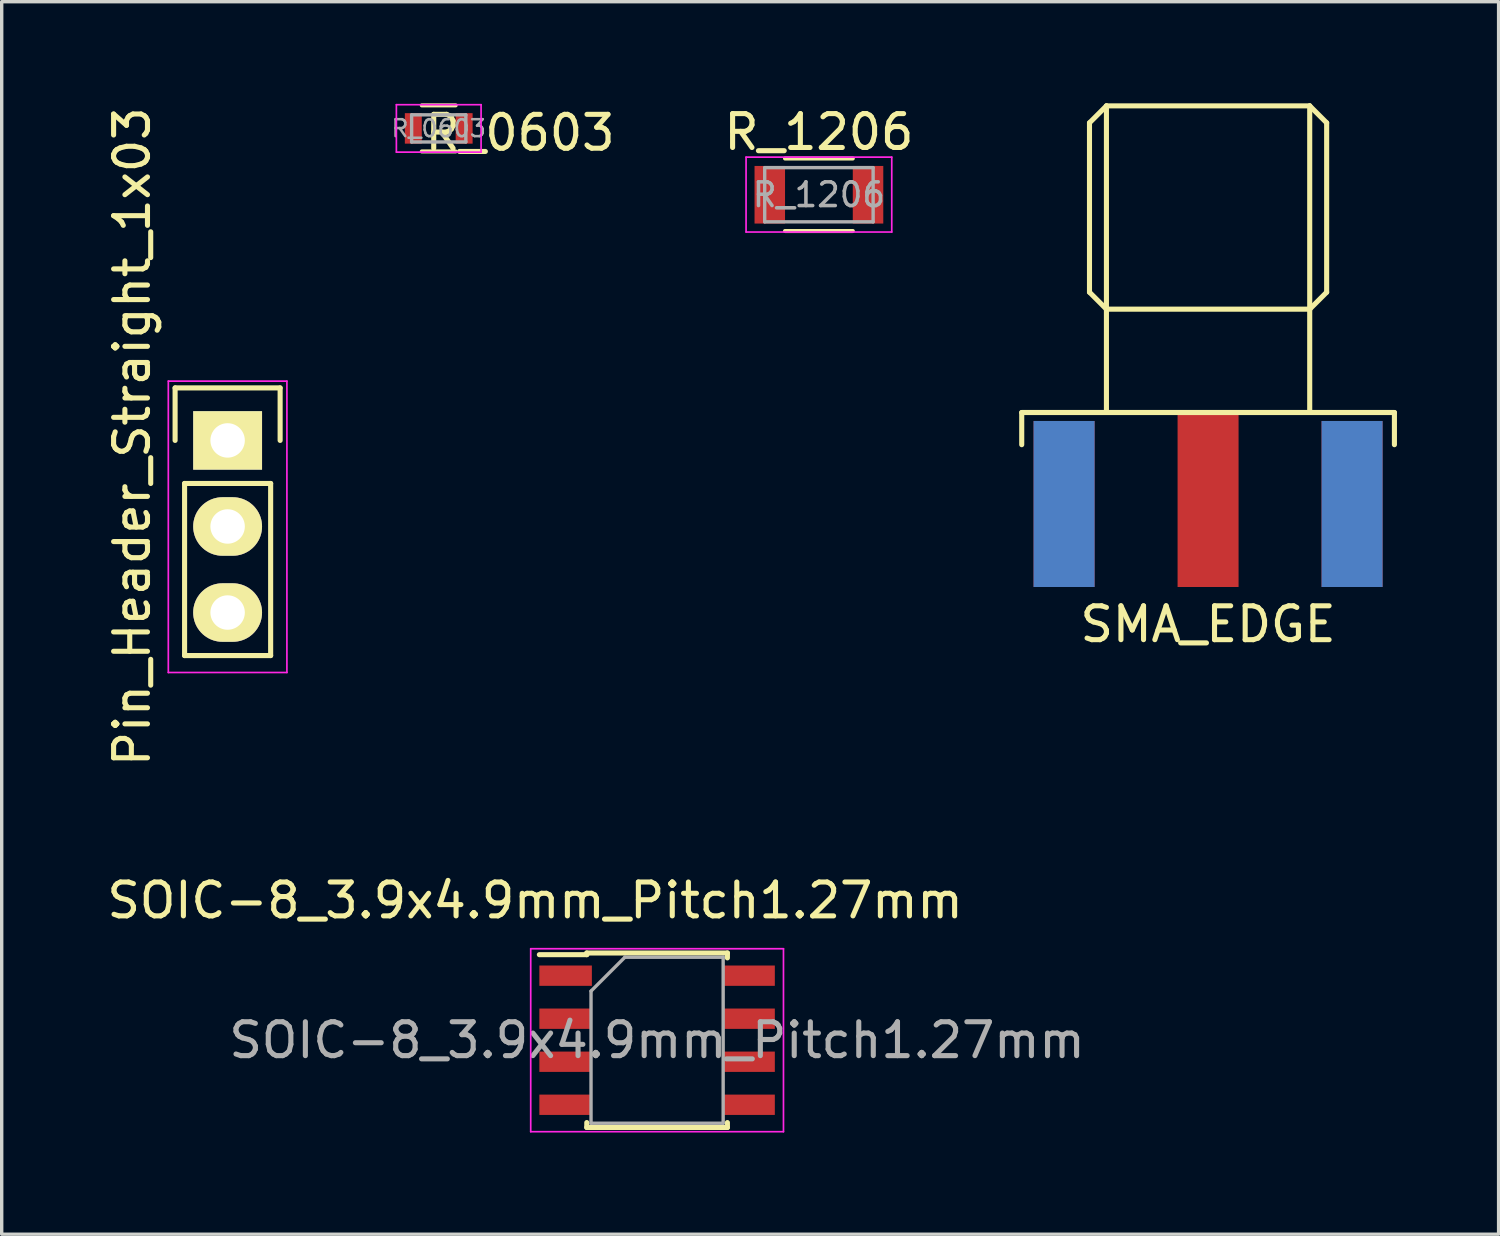
<source format=kicad_pcb>
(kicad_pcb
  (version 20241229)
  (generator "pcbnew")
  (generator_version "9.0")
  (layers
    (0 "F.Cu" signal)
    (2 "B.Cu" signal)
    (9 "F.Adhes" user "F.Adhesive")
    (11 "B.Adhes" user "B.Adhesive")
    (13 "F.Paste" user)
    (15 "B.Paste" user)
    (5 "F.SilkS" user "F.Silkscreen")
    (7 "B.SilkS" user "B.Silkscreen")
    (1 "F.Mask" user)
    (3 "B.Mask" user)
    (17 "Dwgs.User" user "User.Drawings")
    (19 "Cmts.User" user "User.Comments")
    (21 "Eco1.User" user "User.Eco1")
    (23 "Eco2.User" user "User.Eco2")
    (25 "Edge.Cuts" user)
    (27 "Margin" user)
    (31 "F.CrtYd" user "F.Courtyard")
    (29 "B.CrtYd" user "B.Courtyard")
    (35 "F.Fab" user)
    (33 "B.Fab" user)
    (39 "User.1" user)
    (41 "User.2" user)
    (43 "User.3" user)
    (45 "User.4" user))
  (footprint "Pin_Header_Straight_1x03"
    (layer "F.Cu")
    (at 3.668 9.949)
    (property "Reference" "Pin_Header_Straight_1x03" (at -2.82 -0.11 90) (layer "F.SilkS") (effects (font (size 1 1) (thickness 0.15))))
    (attr through_hole)
    (fp_line (start -1.55 -1.55) (end 1.55 -1.55) (stroke (width 0.15) (type solid)) (layer "F.SilkS"))
    (fp_line (start -1.55 0) (end -1.55 -1.55) (stroke (width 0.15) (type solid)) (layer "F.SilkS"))
    (fp_line (start -1.27 1.27) (end -1.27 6.35) (stroke (width 0.15) (type solid)) (layer "F.SilkS"))
    (fp_line (start -1.27 6.35) (end 1.27 6.35) (stroke (width 0.15) (type solid)) (layer "F.SilkS"))
    (fp_line (start 1.27 1.27) (end -1.27 1.27) (stroke (width 0.15) (type solid)) (layer "F.SilkS"))
    (fp_line (start 1.27 6.35) (end 1.27 1.27) (stroke (width 0.15) (type solid)) (layer "F.SilkS"))
    (fp_line (start 1.55 -1.55) (end 1.55 0) (stroke (width 0.15) (type solid)) (layer "F.SilkS"))
    (fp_line (start -1.75 -1.75) (end -1.75 6.85) (stroke (width 0.05) (type solid)) (layer "F.CrtYd"))
    (fp_line (start -1.75 -1.75) (end 1.75 -1.75) (stroke (width 0.05) (type solid)) (layer "F.CrtYd"))
    (fp_line (start -1.75 6.85) (end 1.75 6.85) (stroke (width 0.05) (type solid)) (layer "F.CrtYd"))
    (fp_line (start 1.75 -1.75) (end 1.75 6.85) (stroke (width 0.05) (type solid)) (layer "F.CrtYd"))
    (pad "1" thru_hole rect (at 0 0) (size 2.032 1.727) (drill 1.016) (layers "*.Cu" "*.Mask" "F.SilkS"))
    (pad "2" thru_hole oval (at 0 2.54) (size 2.032 1.727) (drill 1.016) (layers "*.Cu" "*.Mask" "F.SilkS"))
    (pad "3" thru_hole oval (at 0 5.08) (size 2.032 1.727) (drill 1.016) (layers "*.Cu" "*.Mask" "F.SilkS")))
  (footprint "R_1206"
    (layer "F.Cu")
    (at 21.12 2.698)
    (property "Reference" "R_1206" (at 0 -1.85 0) (layer "F.SilkS") (effects (font (size 1 1) (thickness 0.15))))
    (attr smd)
    (fp_line (start -1 -1.07) (end 1 -1.07) (stroke (width 0.12) (type solid)) (layer "F.SilkS"))
    (fp_line (start 1 1.07) (end -1 1.07) (stroke (width 0.12) (type solid)) (layer "F.SilkS"))
    (fp_line (start -2.15 -1.11) (end -2.15 1.1) (stroke (width 0.05) (type solid)) (layer "F.CrtYd"))
    (fp_line (start -2.15 -1.11) (end 2.15 -1.11) (stroke (width 0.05) (type solid)) (layer "F.CrtYd"))
    (fp_line (start 2.15 1.1) (end -2.15 1.1) (stroke (width 0.05) (type solid)) (layer "F.CrtYd"))
    (fp_line (start 2.15 1.1) (end 2.15 -1.11) (stroke (width 0.05) (type solid)) (layer "F.CrtYd"))
    (fp_line (start -1.6 -0.8) (end 1.6 -0.8) (stroke (width 0.1) (type solid)) (layer "F.Fab"))
    (fp_line (start -1.6 0.8) (end -1.6 -0.8) (stroke (width 0.1) (type solid)) (layer "F.Fab"))
    (fp_line (start 1.6 -0.8) (end 1.6 0.8) (stroke (width 0.1) (type solid)) (layer "F.Fab"))
    (fp_line (start 1.6 0.8) (end -1.6 0.8) (stroke (width 0.1) (type solid)) (layer "F.Fab"))
    (fp_text user "${REFERENCE}" (at 0 0 0) (layer "F.Fab") (effects (font (size 0.7 0.7) (thickness 0.105))))
    (pad "1" smd rect (at -1.45 0) (size 0.9 1.7) (layers "F.Cu" "F.Mask" "F.Paste"))
    (pad "2" smd rect (at 1.45 0) (size 0.9 1.7) (layers "F.Cu" "F.Mask" "F.Paste")))
  (footprint "SMA_EDGE"
    (layer "F.Cu")
    (at 32.606 11.675)
    (property "Reference" "SMA_EDGE" (at 0 3.7 0) (layer "F.SilkS") (effects (font (size 1 1) (thickness 0.15))))
    (attr through_hole)
    (fp_line (start -5.5 -2.55) (end 5.5 -2.55) (stroke (width 0.15) (type solid)) (layer "F.SilkS"))
    (fp_line (start -5.5 -1.6) (end -5.5 -2.55) (stroke (width 0.15) (type solid)) (layer "F.SilkS"))
    (fp_line (start -3.5 -11.1) (end -3.5 -6.1) (stroke (width 0.15) (type solid)) (layer "F.SilkS"))
    (fp_line (start -3.5 -6.1) (end -3 -5.6) (stroke (width 0.15) (type solid)) (layer "F.SilkS"))
    (fp_line (start -3 -11.6) (end -3.5 -11.1) (stroke (width 0.15) (type solid)) (layer "F.SilkS"))
    (fp_line (start -3 -11.6) (end 3 -11.6) (stroke (width 0.15) (type solid)) (layer "F.SilkS"))
    (fp_line (start -3 -5.6) (end 3 -5.6) (stroke (width 0.15) (type solid)) (layer "F.SilkS"))
    (fp_line (start -3 -2.6) (end -3 -11.6) (stroke (width 0.15) (type solid)) (layer "F.SilkS"))
    (fp_line (start 3 -11.6) (end 3 -2.6) (stroke (width 0.15) (type solid)) (layer "F.SilkS"))
    (fp_line (start 3 -5.6) (end 3.5 -6.1) (stroke (width 0.15) (type solid)) (layer "F.SilkS"))
    (fp_line (start 3.5 -11.1) (end 3 -11.6) (stroke (width 0.15) (type solid)) (layer "F.SilkS"))
    (fp_line (start 3.5 -6.1) (end 3.5 -11.1) (stroke (width 0.15) (type solid)) (layer "F.SilkS"))
    (fp_line (start 5.5 -2.55) (end 5.5 -1.6) (stroke (width 0.15) (type solid)) (layer "F.SilkS"))
    (pad "1" smd rect (at 0 0) (size 1.8 5.2) (layers "F.Cu" "F.Mask" "F.Paste"))
    (pad "2" smd rect (at -4.25 0.15) (size 1.8 4.9) (layers "F.Cu" "F.Mask" "F.Paste"))
    (pad "3" smd rect (at 4.25 0.15) (size 1.8 4.9) (layers "F.Cu" "F.Mask" "F.Paste"))
    (pad "4" smd rect (at -4.25 0.15) (size 1.8 4.9) (layers "B.Cu" "B.Mask" "B.Paste"))
    (pad "5" smd rect (at 4.25 0.15) (size 1.8 4.9) (layers "B.Cu" "B.Mask" "B.Paste")))
  (footprint "SOIC-8_3.9x4.9mm_Pitch1.27mm"
    (layer "F.Cu")
    (at 16.344 27.652)
    (property "Reference" "SOIC-8_3.9x4.9mm_Pitch1.27mm" (at -3.6 -4.125 0) (layer "F.SilkS") (effects (font (size 1 1) (thickness 0.15))))
    (attr smd)
    (fp_line (start -2.075 -2.575) (end -2.075 -2.525) (stroke (width 0.15) (type solid)) (layer "F.SilkS"))
    (fp_line (start -2.075 -2.575) (end 2.075 -2.575) (stroke (width 0.15) (type solid)) (layer "F.SilkS"))
    (fp_line (start -2.075 -2.525) (end -3.475 -2.525) (stroke (width 0.15) (type solid)) (layer "F.SilkS"))
    (fp_line (start -2.075 2.575) (end -2.075 2.43) (stroke (width 0.15) (type solid)) (layer "F.SilkS"))
    (fp_line (start -2.075 2.575) (end 2.075 2.575) (stroke (width 0.15) (type solid)) (layer "F.SilkS"))
    (fp_line (start 2.075 -2.575) (end 2.075 -2.43) (stroke (width 0.15) (type solid)) (layer "F.SilkS"))
    (fp_line (start 2.075 2.575) (end 2.075 2.43) (stroke (width 0.15) (type solid)) (layer "F.SilkS"))
    (fp_line (start -3.73 -2.7) (end -3.73 2.7) (stroke (width 0.05) (type solid)) (layer "F.CrtYd"))
    (fp_line (start -3.73 -2.7) (end 3.73 -2.7) (stroke (width 0.05) (type solid)) (layer "F.CrtYd"))
    (fp_line (start -3.73 2.7) (end 3.73 2.7) (stroke (width 0.05) (type solid)) (layer "F.CrtYd"))
    (fp_line (start 3.73 -2.7) (end 3.73 2.7) (stroke (width 0.05) (type solid)) (layer "F.CrtYd"))
    (fp_line (start -1.95 -1.45) (end -0.95 -2.45) (stroke (width 0.1) (type solid)) (layer "F.Fab"))
    (fp_line (start -1.95 2.45) (end -1.95 -1.45) (stroke (width 0.1) (type solid)) (layer "F.Fab"))
    (fp_line (start -0.95 -2.45) (end 1.95 -2.45) (stroke (width 0.1) (type solid)) (layer "F.Fab"))
    (fp_line (start 1.95 -2.45) (end 1.95 2.45) (stroke (width 0.1) (type solid)) (layer "F.Fab"))
    (fp_line (start 1.95 2.45) (end -1.95 2.45) (stroke (width 0.1) (type solid)) (layer "F.Fab"))
    (fp_text user "${REFERENCE}" (at 0 0 0) (layer "F.Fab") (effects (font (size 1 1) (thickness 0.15))))
    (pad "1" smd rect (at -2.7 -1.905) (size 1.55 0.6) (layers "F.Cu" "F.Mask" "F.Paste"))
    (pad "2" smd rect (at -2.7 -0.635) (size 1.55 0.6) (layers "F.Cu" "F.Mask" "F.Paste"))
    (pad "3" smd rect (at -2.7 0.635) (size 1.55 0.6) (layers "F.Cu" "F.Mask" "F.Paste"))
    (pad "4" smd rect (at -2.7 1.905) (size 1.55 0.6) (layers "F.Cu" "F.Mask" "F.Paste"))
    (pad "5" smd rect (at 2.7 1.905) (size 1.55 0.6) (layers "F.Cu" "F.Mask" "F.Paste"))
    (pad "6" smd rect (at 2.7 0.635) (size 1.55 0.6) (layers "F.Cu" "F.Mask" "F.Paste"))
    (pad "7" smd rect (at 2.7 -0.635) (size 1.55 0.6) (layers "F.Cu" "F.Mask" "F.Paste"))
    (pad "8" smd rect (at 2.7 -1.905) (size 1.55 0.6) (layers "F.Cu" "F.Mask" "F.Paste")))
  (footprint "R_0603"
    (layer "F.Cu")
    (at 9.899 0.74)
    (property "Reference" "R_0603" (at 2.4 0.13 0) (layer "F.SilkS") (effects (font (size 1 1) (thickness 0.15))))
    (attr smd)
    (fp_line (start -0.5 -0.68) (end 0.5 -0.68) (stroke (width 0.12) (type solid)) (layer "F.SilkS"))
    (fp_line (start 0.5 0.68) (end -0.5 0.68) (stroke (width 0.12) (type solid)) (layer "F.SilkS"))
    (fp_line (start -1.25 -0.7) (end -1.25 0.7) (stroke (width 0.05) (type solid)) (layer "F.CrtYd"))
    (fp_line (start -1.25 -0.7) (end 1.25 -0.7) (stroke (width 0.05) (type solid)) (layer "F.CrtYd"))
    (fp_line (start 1.25 0.7) (end -1.25 0.7) (stroke (width 0.05) (type solid)) (layer "F.CrtYd"))
    (fp_line (start 1.25 0.7) (end 1.25 -0.7) (stroke (width 0.05) (type solid)) (layer "F.CrtYd"))
    (fp_line (start -0.8 -0.4) (end 0.8 -0.4) (stroke (width 0.1) (type solid)) (layer "F.Fab"))
    (fp_line (start -0.8 0.4) (end -0.8 -0.4) (stroke (width 0.1) (type solid)) (layer "F.Fab"))
    (fp_line (start 0.8 -0.4) (end 0.8 0.4) (stroke (width 0.1) (type solid)) (layer "F.Fab"))
    (fp_line (start 0.8 0.4) (end -0.8 0.4) (stroke (width 0.1) (type solid)) (layer "F.Fab"))
    (fp_text user "${REFERENCE}" (at 0 0 0) (layer "F.Fab") (effects (font (size 0.5 0.5) (thickness 0.075))))
    (pad "1" smd rect (at -0.75 0) (size 0.5 0.9) (layers "F.Cu" "F.Mask" "F.Paste"))
    (pad "2" smd rect (at 0.75 0) (size 0.5 0.9) (layers "F.Cu" "F.Mask" "F.Paste")))
  (gr_rect
    (start -3 -3)
    (end 41.181 33.377)
    (stroke (width 0.1) (type default))
    (fill no)
    (layer "Edge.Cuts")))
</source>
